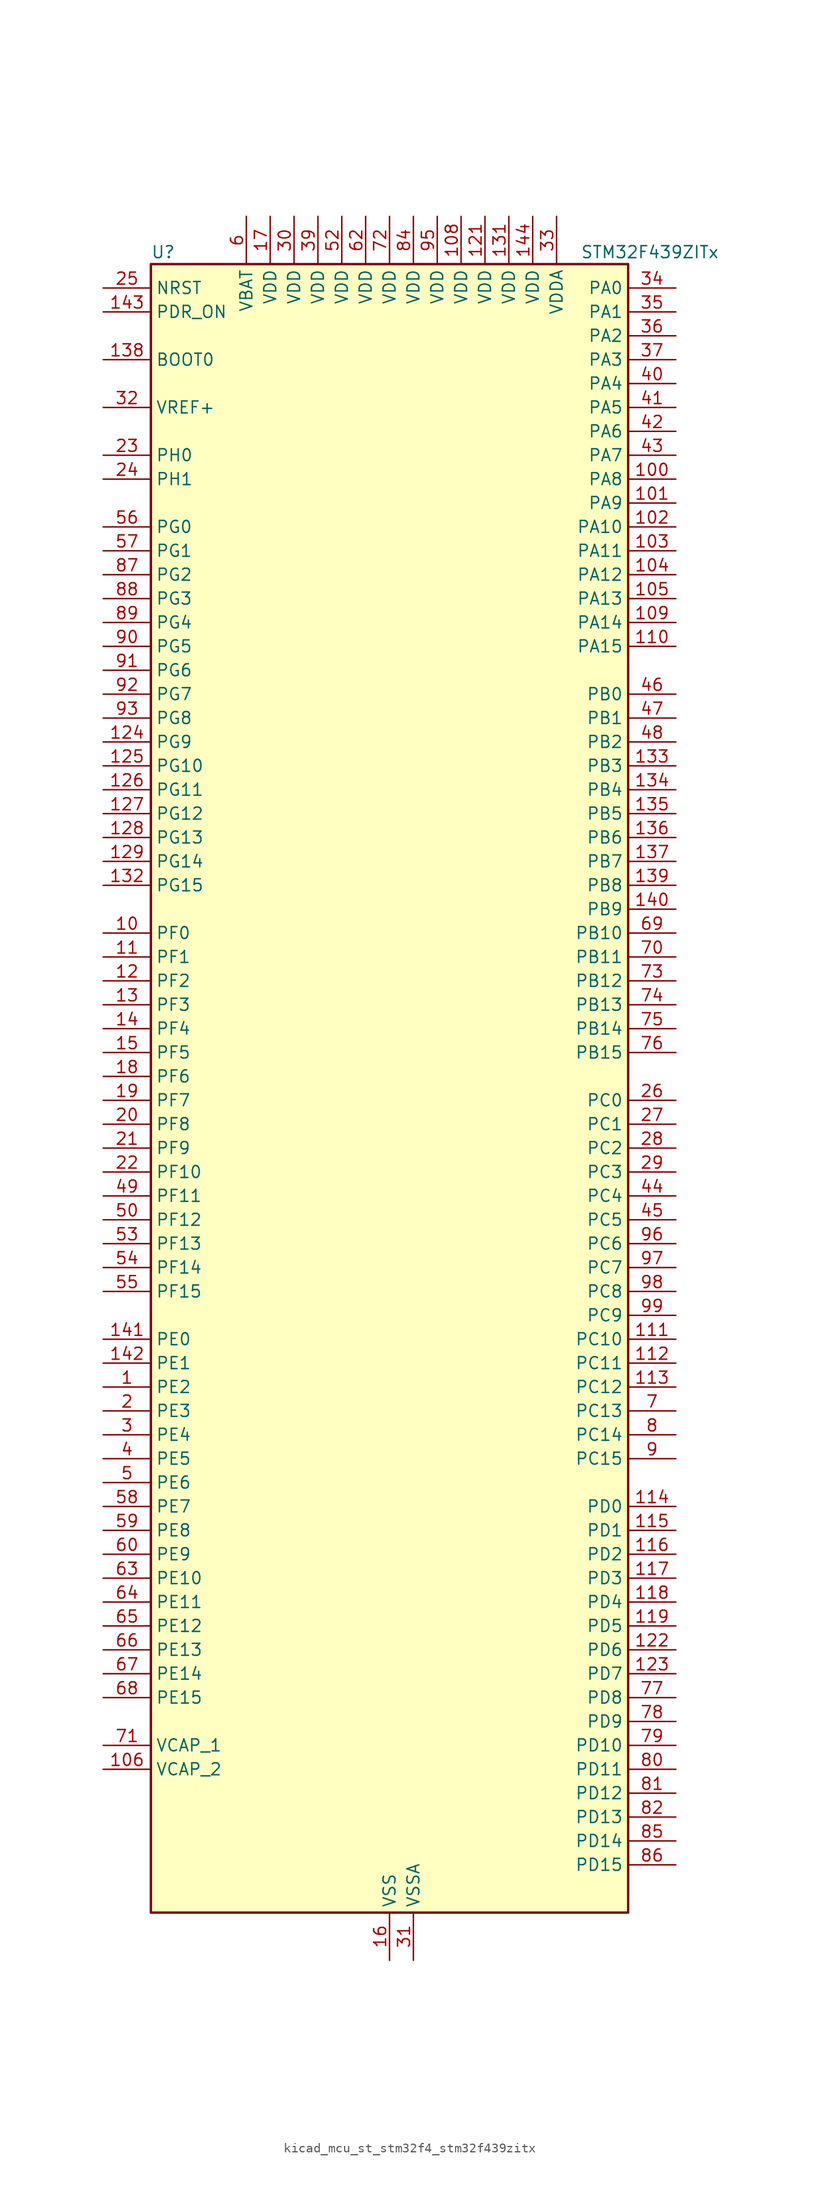
<source format=kicad_sym>
(kicad_symbol_lib
  (version 20220914)
  (generator kicad_symbol_editor)
  (symbol "kicad_mcu_st_stm32f4_stm32f439zitx"
    (property "Reference" "U"
      (at -25.4 90.17 0)
      (effects (font (size 1.27 1.27)) (justify left)))
    (property "Value" "STM32F439ZITx"
      (at 20.32 90.17 0)
      (effects (font (size 1.27 1.27)) (justify left)))
    (property "ki_locked" ""
      (at 0 0 0)
      (effects (font (size 1.27 1.27))))
    (symbol "kicad_mcu_st_stm32f4_stm32f439zitx_0_1"
      (rectangle (start -25.4 -86.36) (end 25.4 88.9) (stroke (width 0.254) (type default)) (fill (type background))))
    (symbol "kicad_mcu_st_stm32f4_stm32f439zitx_1_1"
      (pin bidirectional line (at -30.48 -30.48 0) (length 5.08) (name "PE2" (effects (font (size 1.27 1.27)))) (number "1" (effects (font (size 1.27 1.27)))) (alternate "ETH_TXD3" bidirectional line) (alternate "FMC_A23" bidirectional line) (alternate "SAI1_MCLK_A" bidirectional line) (alternate "SPI4_SCK" bidirectional line) (alternate "SYS_TRACECLK" bidirectional line))
      (pin bidirectional line (at -30.48 17.78 0) (length 5.08) (name "PF0" (effects (font (size 1.27 1.27)))) (number "10" (effects (font (size 1.27 1.27)))) (alternate "FMC_A0" bidirectional line) (alternate "I2C2_SDA" bidirectional line))
      (pin bidirectional line (at 30.48 66.04 180) (length 5.08) (name "PA8" (effects (font (size 1.27 1.27)))) (number "100" (effects (font (size 1.27 1.27)))) (alternate "I2C3_SCL" bidirectional line) (alternate "LTDC_R6" bidirectional line) (alternate "RCC_MCO_1" bidirectional line) (alternate "TIM1_CH1" bidirectional line) (alternate "USART1_CK" bidirectional line) (alternate "USB_OTG_FS_SOF" bidirectional line))
      (pin bidirectional line (at 30.48 63.5 180) (length 5.08) (name "PA9" (effects (font (size 1.27 1.27)))) (number "101" (effects (font (size 1.27 1.27)))) (alternate "DAC_EXTI9" bidirectional line) (alternate "DCMI_D0" bidirectional line) (alternate "I2C3_SMBA" bidirectional line) (alternate "TIM1_CH2" bidirectional line) (alternate "USART1_TX" bidirectional line) (alternate "USB_OTG_FS_VBUS" bidirectional line))
      (pin bidirectional line (at 30.48 60.96 180) (length 5.08) (name "PA10" (effects (font (size 1.27 1.27)))) (number "102" (effects (font (size 1.27 1.27)))) (alternate "DCMI_D1" bidirectional line) (alternate "TIM1_CH3" bidirectional line) (alternate "USART1_RX" bidirectional line) (alternate "USB_OTG_FS_ID" bidirectional line))
      (pin bidirectional line (at 30.48 58.42 180) (length 5.08) (name "PA11" (effects (font (size 1.27 1.27)))) (number "103" (effects (font (size 1.27 1.27)))) (alternate "ADC1_EXTI11" bidirectional line) (alternate "ADC2_EXTI11" bidirectional line) (alternate "ADC3_EXTI11" bidirectional line) (alternate "CAN1_RX" bidirectional line) (alternate "LTDC_R4" bidirectional line) (alternate "TIM1_CH4" bidirectional line) (alternate "USART1_CTS" bidirectional line) (alternate "USB_OTG_FS_DM" bidirectional line))
      (pin bidirectional line (at 30.48 55.88 180) (length 5.08) (name "PA12" (effects (font (size 1.27 1.27)))) (number "104" (effects (font (size 1.27 1.27)))) (alternate "CAN1_TX" bidirectional line) (alternate "LTDC_R5" bidirectional line) (alternate "TIM1_ETR" bidirectional line) (alternate "USART1_RTS" bidirectional line) (alternate "USB_OTG_FS_DP" bidirectional line))
      (pin bidirectional line (at 30.48 53.34 180) (length 5.08) (name "PA13" (effects (font (size 1.27 1.27)))) (number "105" (effects (font (size 1.27 1.27)))) (alternate "SYS_JTMS-SWDIO" bidirectional line))
      (pin power_out line (at -30.48 -71.12 0) (length 5.08) (name "VCAP_2" (effects (font (size 1.27 1.27)))) (number "106" (effects (font (size 1.27 1.27)))))
      (pin passive line (at 0 -91.44 90) (length 5.08) hide (name "VSS" (effects (font (size 1.27 1.27)))) (number "107" (effects (font (size 1.27 1.27)))))
      (pin power_in line (at 7.62 93.98 270) (length 5.08) (name "VDD" (effects (font (size 1.27 1.27)))) (number "108" (effects (font (size 1.27 1.27)))))
      (pin bidirectional line (at 30.48 50.8 180) (length 5.08) (name "PA14" (effects (font (size 1.27 1.27)))) (number "109" (effects (font (size 1.27 1.27)))) (alternate "SYS_JTCK-SWCLK" bidirectional line))
      (pin bidirectional line (at -30.48 15.24 0) (length 5.08) (name "PF1" (effects (font (size 1.27 1.27)))) (number "11" (effects (font (size 1.27 1.27)))) (alternate "FMC_A1" bidirectional line) (alternate "I2C2_SCL" bidirectional line))
      (pin bidirectional line (at 30.48 48.26 180) (length 5.08) (name "PA15" (effects (font (size 1.27 1.27)))) (number "110" (effects (font (size 1.27 1.27)))) (alternate "ADC1_EXTI15" bidirectional line) (alternate "ADC2_EXTI15" bidirectional line) (alternate "ADC3_EXTI15" bidirectional line) (alternate "I2S3_WS" bidirectional line) (alternate "SPI1_NSS" bidirectional line) (alternate "SPI3_NSS" bidirectional line) (alternate "SYS_JTDI" bidirectional line) (alternate "TIM2_CH1" bidirectional line) (alternate "TIM2_ETR" bidirectional line))
      (pin bidirectional line (at 30.48 -25.4 180) (length 5.08) (name "PC10" (effects (font (size 1.27 1.27)))) (number "111" (effects (font (size 1.27 1.27)))) (alternate "DCMI_D8" bidirectional line) (alternate "I2S3_CK" bidirectional line) (alternate "LTDC_R2" bidirectional line) (alternate "SDIO_D2" bidirectional line) (alternate "SPI3_SCK" bidirectional line) (alternate "UART4_TX" bidirectional line) (alternate "USART3_TX" bidirectional line))
      (pin bidirectional line (at 30.48 -27.94 180) (length 5.08) (name "PC11" (effects (font (size 1.27 1.27)))) (number "112" (effects (font (size 1.27 1.27)))) (alternate "ADC1_EXTI11" bidirectional line) (alternate "ADC2_EXTI11" bidirectional line) (alternate "ADC3_EXTI11" bidirectional line) (alternate "DCMI_D4" bidirectional line) (alternate "I2S3_ext_SD" bidirectional line) (alternate "SDIO_D3" bidirectional line) (alternate "SPI3_MISO" bidirectional line) (alternate "UART4_RX" bidirectional line) (alternate "USART3_RX" bidirectional line))
      (pin bidirectional line (at 30.48 -30.48 180) (length 5.08) (name "PC12" (effects (font (size 1.27 1.27)))) (number "113" (effects (font (size 1.27 1.27)))) (alternate "DCMI_D9" bidirectional line) (alternate "I2S3_SD" bidirectional line) (alternate "SDIO_CK" bidirectional line) (alternate "SPI3_MOSI" bidirectional line) (alternate "UART5_TX" bidirectional line) (alternate "USART3_CK" bidirectional line))
      (pin bidirectional line (at 30.48 -43.18 180) (length 5.08) (name "PD0" (effects (font (size 1.27 1.27)))) (number "114" (effects (font (size 1.27 1.27)))) (alternate "CAN1_RX" bidirectional line) (alternate "FMC_D2" bidirectional line) (alternate "FMC_DA2" bidirectional line))
      (pin bidirectional line (at 30.48 -45.72 180) (length 5.08) (name "PD1" (effects (font (size 1.27 1.27)))) (number "115" (effects (font (size 1.27 1.27)))) (alternate "CAN1_TX" bidirectional line) (alternate "FMC_D3" bidirectional line) (alternate "FMC_DA3" bidirectional line))
      (pin bidirectional line (at 30.48 -48.26 180) (length 5.08) (name "PD2" (effects (font (size 1.27 1.27)))) (number "116" (effects (font (size 1.27 1.27)))) (alternate "DCMI_D11" bidirectional line) (alternate "SDIO_CMD" bidirectional line) (alternate "TIM3_ETR" bidirectional line) (alternate "UART5_RX" bidirectional line))
      (pin bidirectional line (at 30.48 -50.8 180) (length 5.08) (name "PD3" (effects (font (size 1.27 1.27)))) (number "117" (effects (font (size 1.27 1.27)))) (alternate "DCMI_D5" bidirectional line) (alternate "FMC_CLK" bidirectional line) (alternate "I2S2_CK" bidirectional line) (alternate "LTDC_G7" bidirectional line) (alternate "SPI2_SCK" bidirectional line) (alternate "USART2_CTS" bidirectional line))
      (pin bidirectional line (at 30.48 -53.34 180) (length 5.08) (name "PD4" (effects (font (size 1.27 1.27)))) (number "118" (effects (font (size 1.27 1.27)))) (alternate "FMC_NOE" bidirectional line) (alternate "USART2_RTS" bidirectional line))
      (pin bidirectional line (at 30.48 -55.88 180) (length 5.08) (name "PD5" (effects (font (size 1.27 1.27)))) (number "119" (effects (font (size 1.27 1.27)))) (alternate "FMC_NWE" bidirectional line) (alternate "USART2_TX" bidirectional line))
      (pin bidirectional line (at -30.48 12.7 0) (length 5.08) (name "PF2" (effects (font (size 1.27 1.27)))) (number "12" (effects (font (size 1.27 1.27)))) (alternate "FMC_A2" bidirectional line) (alternate "I2C2_SMBA" bidirectional line))
      (pin passive line (at 0 -91.44 90) (length 5.08) hide (name "VSS" (effects (font (size 1.27 1.27)))) (number "120" (effects (font (size 1.27 1.27)))))
      (pin power_in line (at 10.16 93.98 270) (length 5.08) (name "VDD" (effects (font (size 1.27 1.27)))) (number "121" (effects (font (size 1.27 1.27)))))
      (pin bidirectional line (at 30.48 -58.42 180) (length 5.08) (name "PD6" (effects (font (size 1.27 1.27)))) (number "122" (effects (font (size 1.27 1.27)))) (alternate "DCMI_D10" bidirectional line) (alternate "FMC_NWAIT" bidirectional line) (alternate "I2S3_SD" bidirectional line) (alternate "LTDC_B2" bidirectional line) (alternate "SAI1_SD_A" bidirectional line) (alternate "SPI3_MOSI" bidirectional line) (alternate "USART2_RX" bidirectional line))
      (pin bidirectional line (at 30.48 -60.96 180) (length 5.08) (name "PD7" (effects (font (size 1.27 1.27)))) (number "123" (effects (font (size 1.27 1.27)))) (alternate "FMC_NCE2" bidirectional line) (alternate "FMC_NE1" bidirectional line) (alternate "USART2_CK" bidirectional line))
      (pin bidirectional line (at -30.48 38.1 0) (length 5.08) (name "PG9" (effects (font (size 1.27 1.27)))) (number "124" (effects (font (size 1.27 1.27)))) (alternate "DAC_EXTI9" bidirectional line) (alternate "DCMI_VSYNC" bidirectional line) (alternate "FMC_NCE3" bidirectional line) (alternate "FMC_NE2" bidirectional line) (alternate "USART6_RX" bidirectional line))
      (pin bidirectional line (at -30.48 35.56 0) (length 5.08) (name "PG10" (effects (font (size 1.27 1.27)))) (number "125" (effects (font (size 1.27 1.27)))) (alternate "DCMI_D2" bidirectional line) (alternate "FMC_NCE4_1" bidirectional line) (alternate "FMC_NE3" bidirectional line) (alternate "LTDC_B2" bidirectional line) (alternate "LTDC_G3" bidirectional line))
      (pin bidirectional line (at -30.48 33.02 0) (length 5.08) (name "PG11" (effects (font (size 1.27 1.27)))) (number "126" (effects (font (size 1.27 1.27)))) (alternate "ADC1_EXTI11" bidirectional line) (alternate "ADC2_EXTI11" bidirectional line) (alternate "ADC3_EXTI11" bidirectional line) (alternate "DCMI_D3" bidirectional line) (alternate "ETH_TX_EN" bidirectional line) (alternate "FMC_NCE4_2" bidirectional line) (alternate "LTDC_B3" bidirectional line))
      (pin bidirectional line (at -30.48 30.48 0) (length 5.08) (name "PG12" (effects (font (size 1.27 1.27)))) (number "127" (effects (font (size 1.27 1.27)))) (alternate "FMC_NE4" bidirectional line) (alternate "LTDC_B1" bidirectional line) (alternate "LTDC_B4" bidirectional line) (alternate "SPI6_MISO" bidirectional line) (alternate "USART6_RTS" bidirectional line))
      (pin bidirectional line (at -30.48 27.94 0) (length 5.08) (name "PG13" (effects (font (size 1.27 1.27)))) (number "128" (effects (font (size 1.27 1.27)))) (alternate "ETH_TXD0" bidirectional line) (alternate "FMC_A24" bidirectional line) (alternate "SPI6_SCK" bidirectional line) (alternate "USART6_CTS" bidirectional line))
      (pin bidirectional line (at -30.48 25.4 0) (length 5.08) (name "PG14" (effects (font (size 1.27 1.27)))) (number "129" (effects (font (size 1.27 1.27)))) (alternate "ETH_TXD1" bidirectional line) (alternate "FMC_A25" bidirectional line) (alternate "SPI6_MOSI" bidirectional line) (alternate "USART6_TX" bidirectional line))
      (pin bidirectional line (at -30.48 10.16 0) (length 5.08) (name "PF3" (effects (font (size 1.27 1.27)))) (number "13" (effects (font (size 1.27 1.27)))) (alternate "ADC3_IN9" bidirectional line) (alternate "FMC_A3" bidirectional line))
      (pin passive line (at 0 -91.44 90) (length 5.08) hide (name "VSS" (effects (font (size 1.27 1.27)))) (number "130" (effects (font (size 1.27 1.27)))))
      (pin power_in line (at 12.7 93.98 270) (length 5.08) (name "VDD" (effects (font (size 1.27 1.27)))) (number "131" (effects (font (size 1.27 1.27)))))
      (pin bidirectional line (at -30.48 22.86 0) (length 5.08) (name "PG15" (effects (font (size 1.27 1.27)))) (number "132" (effects (font (size 1.27 1.27)))) (alternate "ADC1_EXTI15" bidirectional line) (alternate "ADC2_EXTI15" bidirectional line) (alternate "ADC3_EXTI15" bidirectional line) (alternate "DCMI_D13" bidirectional line) (alternate "FMC_SDNCAS" bidirectional line) (alternate "USART6_CTS" bidirectional line))
      (pin bidirectional line (at 30.48 35.56 180) (length 5.08) (name "PB3" (effects (font (size 1.27 1.27)))) (number "133" (effects (font (size 1.27 1.27)))) (alternate "I2S3_CK" bidirectional line) (alternate "SPI1_SCK" bidirectional line) (alternate "SPI3_SCK" bidirectional line) (alternate "SYS_JTDO-SWO" bidirectional line) (alternate "TIM2_CH2" bidirectional line))
      (pin bidirectional line (at 30.48 33.02 180) (length 5.08) (name "PB4" (effects (font (size 1.27 1.27)))) (number "134" (effects (font (size 1.27 1.27)))) (alternate "I2S3_ext_SD" bidirectional line) (alternate "SPI1_MISO" bidirectional line) (alternate "SPI3_MISO" bidirectional line) (alternate "SYS_JTRST" bidirectional line) (alternate "TIM3_CH1" bidirectional line))
      (pin bidirectional line (at 30.48 30.48 180) (length 5.08) (name "PB5" (effects (font (size 1.27 1.27)))) (number "135" (effects (font (size 1.27 1.27)))) (alternate "CAN2_RX" bidirectional line) (alternate "DCMI_D10" bidirectional line) (alternate "ETH_PPS_OUT" bidirectional line) (alternate "FMC_SDCKE1" bidirectional line) (alternate "I2C1_SMBA" bidirectional line) (alternate "I2S3_SD" bidirectional line) (alternate "SPI1_MOSI" bidirectional line) (alternate "SPI3_MOSI" bidirectional line) (alternate "TIM3_CH2" bidirectional line) (alternate "USB_OTG_HS_ULPI_D7" bidirectional line))
      (pin bidirectional line (at 30.48 27.94 180) (length 5.08) (name "PB6" (effects (font (size 1.27 1.27)))) (number "136" (effects (font (size 1.27 1.27)))) (alternate "CAN2_TX" bidirectional line) (alternate "DCMI_D5" bidirectional line) (alternate "FMC_SDNE1" bidirectional line) (alternate "I2C1_SCL" bidirectional line) (alternate "TIM4_CH1" bidirectional line) (alternate "USART1_TX" bidirectional line))
      (pin bidirectional line (at 30.48 25.4 180) (length 5.08) (name "PB7" (effects (font (size 1.27 1.27)))) (number "137" (effects (font (size 1.27 1.27)))) (alternate "DCMI_VSYNC" bidirectional line) (alternate "FMC_NL" bidirectional line) (alternate "I2C1_SDA" bidirectional line) (alternate "TIM4_CH2" bidirectional line) (alternate "USART1_RX" bidirectional line))
      (pin input line (at -30.48 78.74 0) (length 5.08) (name "BOOT0" (effects (font (size 1.27 1.27)))) (number "138" (effects (font (size 1.27 1.27)))))
      (pin bidirectional line (at 30.48 22.86 180) (length 5.08) (name "PB8" (effects (font (size 1.27 1.27)))) (number "139" (effects (font (size 1.27 1.27)))) (alternate "CAN1_RX" bidirectional line) (alternate "DCMI_D6" bidirectional line) (alternate "ETH_TXD3" bidirectional line) (alternate "I2C1_SCL" bidirectional line) (alternate "LTDC_B6" bidirectional line) (alternate "SDIO_D4" bidirectional line) (alternate "TIM10_CH1" bidirectional line) (alternate "TIM4_CH3" bidirectional line))
      (pin bidirectional line (at -30.48 7.62 0) (length 5.08) (name "PF4" (effects (font (size 1.27 1.27)))) (number "14" (effects (font (size 1.27 1.27)))) (alternate "ADC3_IN14" bidirectional line) (alternate "FMC_A4" bidirectional line))
      (pin bidirectional line (at 30.48 20.32 180) (length 5.08) (name "PB9" (effects (font (size 1.27 1.27)))) (number "140" (effects (font (size 1.27 1.27)))) (alternate "CAN1_TX" bidirectional line) (alternate "DAC_EXTI9" bidirectional line) (alternate "DCMI_D7" bidirectional line) (alternate "I2C1_SDA" bidirectional line) (alternate "I2S2_WS" bidirectional line) (alternate "LTDC_B7" bidirectional line) (alternate "SDIO_D5" bidirectional line) (alternate "SPI2_NSS" bidirectional line) (alternate "TIM11_CH1" bidirectional line) (alternate "TIM4_CH4" bidirectional line))
      (pin bidirectional line (at -30.48 -25.4 0) (length 5.08) (name "PE0" (effects (font (size 1.27 1.27)))) (number "141" (effects (font (size 1.27 1.27)))) (alternate "DCMI_D2" bidirectional line) (alternate "FMC_NBL0" bidirectional line) (alternate "TIM4_ETR" bidirectional line) (alternate "UART8_RX" bidirectional line))
      (pin bidirectional line (at -30.48 -27.94 0) (length 5.08) (name "PE1" (effects (font (size 1.27 1.27)))) (number "142" (effects (font (size 1.27 1.27)))) (alternate "DCMI_D3" bidirectional line) (alternate "FMC_NBL1" bidirectional line) (alternate "UART8_TX" bidirectional line))
      (pin input line (at -30.48 83.82 0) (length 5.08) (name "PDR_ON" (effects (font (size 1.27 1.27)))) (number "143" (effects (font (size 1.27 1.27)))))
      (pin power_in line (at 15.24 93.98 270) (length 5.08) (name "VDD" (effects (font (size 1.27 1.27)))) (number "144" (effects (font (size 1.27 1.27)))))
      (pin bidirectional line (at -30.48 5.08 0) (length 5.08) (name "PF5" (effects (font (size 1.27 1.27)))) (number "15" (effects (font (size 1.27 1.27)))) (alternate "ADC3_IN15" bidirectional line) (alternate "FMC_A5" bidirectional line))
      (pin power_in line (at 0 -91.44 90) (length 5.08) (name "VSS" (effects (font (size 1.27 1.27)))) (number "16" (effects (font (size 1.27 1.27)))))
      (pin power_in line (at -12.7 93.98 270) (length 5.08) (name "VDD" (effects (font (size 1.27 1.27)))) (number "17" (effects (font (size 1.27 1.27)))))
      (pin bidirectional line (at -30.48 2.54 0) (length 5.08) (name "PF6" (effects (font (size 1.27 1.27)))) (number "18" (effects (font (size 1.27 1.27)))) (alternate "ADC3_IN4" bidirectional line) (alternate "FMC_NIORD" bidirectional line) (alternate "SAI1_SD_B" bidirectional line) (alternate "SPI5_NSS" bidirectional line) (alternate "TIM10_CH1" bidirectional line) (alternate "UART7_RX" bidirectional line))
      (pin bidirectional line (at -30.48 0 0) (length 5.08) (name "PF7" (effects (font (size 1.27 1.27)))) (number "19" (effects (font (size 1.27 1.27)))) (alternate "ADC3_IN5" bidirectional line) (alternate "FMC_NREG" bidirectional line) (alternate "SAI1_MCLK_B" bidirectional line) (alternate "SPI5_SCK" bidirectional line) (alternate "TIM11_CH1" bidirectional line) (alternate "UART7_TX" bidirectional line))
      (pin bidirectional line (at -30.48 -33.02 0) (length 5.08) (name "PE3" (effects (font (size 1.27 1.27)))) (number "2" (effects (font (size 1.27 1.27)))) (alternate "FMC_A19" bidirectional line) (alternate "SAI1_SD_B" bidirectional line) (alternate "SYS_TRACED0" bidirectional line))
      (pin bidirectional line (at -30.48 -2.54 0) (length 5.08) (name "PF8" (effects (font (size 1.27 1.27)))) (number "20" (effects (font (size 1.27 1.27)))) (alternate "ADC3_IN6" bidirectional line) (alternate "FMC_NIOWR" bidirectional line) (alternate "SAI1_SCK_B" bidirectional line) (alternate "SPI5_MISO" bidirectional line) (alternate "TIM13_CH1" bidirectional line))
      (pin bidirectional line (at -30.48 -5.08 0) (length 5.08) (name "PF9" (effects (font (size 1.27 1.27)))) (number "21" (effects (font (size 1.27 1.27)))) (alternate "ADC3_IN7" bidirectional line) (alternate "DAC_EXTI9" bidirectional line) (alternate "FMC_CD" bidirectional line) (alternate "SAI1_FS_B" bidirectional line) (alternate "SPI5_MOSI" bidirectional line) (alternate "TIM14_CH1" bidirectional line))
      (pin bidirectional line (at -30.48 -7.62 0) (length 5.08) (name "PF10" (effects (font (size 1.27 1.27)))) (number "22" (effects (font (size 1.27 1.27)))) (alternate "ADC3_IN8" bidirectional line) (alternate "DCMI_D11" bidirectional line) (alternate "FMC_INTR" bidirectional line) (alternate "LTDC_DE" bidirectional line))
      (pin bidirectional line (at -30.48 68.58 0) (length 5.08) (name "PH0" (effects (font (size 1.27 1.27)))) (number "23" (effects (font (size 1.27 1.27)))) (alternate "RCC_OSC_IN" bidirectional line))
      (pin bidirectional line (at -30.48 66.04 0) (length 5.08) (name "PH1" (effects (font (size 1.27 1.27)))) (number "24" (effects (font (size 1.27 1.27)))) (alternate "RCC_OSC_OUT" bidirectional line))
      (pin input line (at -30.48 86.36 0) (length 5.08) (name "NRST" (effects (font (size 1.27 1.27)))) (number "25" (effects (font (size 1.27 1.27)))))
      (pin bidirectional line (at 30.48 0 180) (length 5.08) (name "PC0" (effects (font (size 1.27 1.27)))) (number "26" (effects (font (size 1.27 1.27)))) (alternate "ADC1_IN10" bidirectional line) (alternate "ADC2_IN10" bidirectional line) (alternate "ADC3_IN10" bidirectional line) (alternate "FMC_SDNWE" bidirectional line) (alternate "USB_OTG_HS_ULPI_STP" bidirectional line))
      (pin bidirectional line (at 30.48 -2.54 180) (length 5.08) (name "PC1" (effects (font (size 1.27 1.27)))) (number "27" (effects (font (size 1.27 1.27)))) (alternate "ADC1_IN11" bidirectional line) (alternate "ADC2_IN11" bidirectional line) (alternate "ADC3_IN11" bidirectional line) (alternate "ETH_MDC" bidirectional line))
      (pin bidirectional line (at 30.48 -5.08 180) (length 5.08) (name "PC2" (effects (font (size 1.27 1.27)))) (number "28" (effects (font (size 1.27 1.27)))) (alternate "ADC1_IN12" bidirectional line) (alternate "ADC2_IN12" bidirectional line) (alternate "ADC3_IN12" bidirectional line) (alternate "ETH_TXD2" bidirectional line) (alternate "FMC_SDNE0" bidirectional line) (alternate "I2S2_ext_SD" bidirectional line) (alternate "SPI2_MISO" bidirectional line) (alternate "USB_OTG_HS_ULPI_DIR" bidirectional line))
      (pin bidirectional line (at 30.48 -7.62 180) (length 5.08) (name "PC3" (effects (font (size 1.27 1.27)))) (number "29" (effects (font (size 1.27 1.27)))) (alternate "ADC1_IN13" bidirectional line) (alternate "ADC2_IN13" bidirectional line) (alternate "ADC3_IN13" bidirectional line) (alternate "ETH_TX_CLK" bidirectional line) (alternate "FMC_SDCKE0" bidirectional line) (alternate "I2S2_SD" bidirectional line) (alternate "SPI2_MOSI" bidirectional line) (alternate "USB_OTG_HS_ULPI_NXT" bidirectional line))
      (pin bidirectional line (at -30.48 -35.56 0) (length 5.08) (name "PE4" (effects (font (size 1.27 1.27)))) (number "3" (effects (font (size 1.27 1.27)))) (alternate "DCMI_D4" bidirectional line) (alternate "FMC_A20" bidirectional line) (alternate "LTDC_B0" bidirectional line) (alternate "SAI1_FS_A" bidirectional line) (alternate "SPI4_NSS" bidirectional line) (alternate "SYS_TRACED1" bidirectional line))
      (pin power_in line (at -10.16 93.98 270) (length 5.08) (name "VDD" (effects (font (size 1.27 1.27)))) (number "30" (effects (font (size 1.27 1.27)))))
      (pin power_in line (at 2.54 -91.44 90) (length 5.08) (name "VSSA" (effects (font (size 1.27 1.27)))) (number "31" (effects (font (size 1.27 1.27)))))
      (pin input line (at -30.48 73.66 0) (length 5.08) (name "VREF+" (effects (font (size 1.27 1.27)))) (number "32" (effects (font (size 1.27 1.27)))))
      (pin power_in line (at 17.78 93.98 270) (length 5.08) (name "VDDA" (effects (font (size 1.27 1.27)))) (number "33" (effects (font (size 1.27 1.27)))))
      (pin bidirectional line (at 30.48 86.36 180) (length 5.08) (name "PA0" (effects (font (size 1.27 1.27)))) (number "34" (effects (font (size 1.27 1.27)))) (alternate "ADC1_IN0" bidirectional line) (alternate "ADC2_IN0" bidirectional line) (alternate "ADC3_IN0" bidirectional line) (alternate "ETH_CRS" bidirectional line) (alternate "SYS_WKUP" bidirectional line) (alternate "TIM2_CH1" bidirectional line) (alternate "TIM2_ETR" bidirectional line) (alternate "TIM5_CH1" bidirectional line) (alternate "TIM8_ETR" bidirectional line) (alternate "UART4_TX" bidirectional line) (alternate "USART2_CTS" bidirectional line))
      (pin bidirectional line (at 30.48 83.82 180) (length 5.08) (name "PA1" (effects (font (size 1.27 1.27)))) (number "35" (effects (font (size 1.27 1.27)))) (alternate "ADC1_IN1" bidirectional line) (alternate "ADC2_IN1" bidirectional line) (alternate "ADC3_IN1" bidirectional line) (alternate "ETH_REF_CLK" bidirectional line) (alternate "ETH_RX_CLK" bidirectional line) (alternate "TIM2_CH2" bidirectional line) (alternate "TIM5_CH2" bidirectional line) (alternate "UART4_RX" bidirectional line) (alternate "USART2_RTS" bidirectional line))
      (pin bidirectional line (at 30.48 81.28 180) (length 5.08) (name "PA2" (effects (font (size 1.27 1.27)))) (number "36" (effects (font (size 1.27 1.27)))) (alternate "ADC1_IN2" bidirectional line) (alternate "ADC2_IN2" bidirectional line) (alternate "ADC3_IN2" bidirectional line) (alternate "ETH_MDIO" bidirectional line) (alternate "TIM2_CH3" bidirectional line) (alternate "TIM5_CH3" bidirectional line) (alternate "TIM9_CH1" bidirectional line) (alternate "USART2_TX" bidirectional line))
      (pin bidirectional line (at 30.48 78.74 180) (length 5.08) (name "PA3" (effects (font (size 1.27 1.27)))) (number "37" (effects (font (size 1.27 1.27)))) (alternate "ADC1_IN3" bidirectional line) (alternate "ADC2_IN3" bidirectional line) (alternate "ADC3_IN3" bidirectional line) (alternate "ETH_COL" bidirectional line) (alternate "LTDC_B5" bidirectional line) (alternate "TIM2_CH4" bidirectional line) (alternate "TIM5_CH4" bidirectional line) (alternate "TIM9_CH2" bidirectional line) (alternate "USART2_RX" bidirectional line) (alternate "USB_OTG_HS_ULPI_D0" bidirectional line))
      (pin passive line (at 0 -91.44 90) (length 5.08) hide (name "VSS" (effects (font (size 1.27 1.27)))) (number "38" (effects (font (size 1.27 1.27)))))
      (pin power_in line (at -7.62 93.98 270) (length 5.08) (name "VDD" (effects (font (size 1.27 1.27)))) (number "39" (effects (font (size 1.27 1.27)))))
      (pin bidirectional line (at -30.48 -38.1 0) (length 5.08) (name "PE5" (effects (font (size 1.27 1.27)))) (number "4" (effects (font (size 1.27 1.27)))) (alternate "DCMI_D6" bidirectional line) (alternate "FMC_A21" bidirectional line) (alternate "LTDC_G0" bidirectional line) (alternate "SAI1_SCK_A" bidirectional line) (alternate "SPI4_MISO" bidirectional line) (alternate "SYS_TRACED2" bidirectional line) (alternate "TIM9_CH1" bidirectional line))
      (pin bidirectional line (at 30.48 76.2 180) (length 5.08) (name "PA4" (effects (font (size 1.27 1.27)))) (number "40" (effects (font (size 1.27 1.27)))) (alternate "ADC1_IN4" bidirectional line) (alternate "ADC2_IN4" bidirectional line) (alternate "DAC_OUT1" bidirectional line) (alternate "DCMI_HSYNC" bidirectional line) (alternate "I2S3_WS" bidirectional line) (alternate "LTDC_VSYNC" bidirectional line) (alternate "SPI1_NSS" bidirectional line) (alternate "SPI3_NSS" bidirectional line) (alternate "USART2_CK" bidirectional line) (alternate "USB_OTG_HS_SOF" bidirectional line))
      (pin bidirectional line (at 30.48 73.66 180) (length 5.08) (name "PA5" (effects (font (size 1.27 1.27)))) (number "41" (effects (font (size 1.27 1.27)))) (alternate "ADC1_IN5" bidirectional line) (alternate "ADC2_IN5" bidirectional line) (alternate "DAC_OUT2" bidirectional line) (alternate "SPI1_SCK" bidirectional line) (alternate "TIM2_CH1" bidirectional line) (alternate "TIM2_ETR" bidirectional line) (alternate "TIM8_CH1N" bidirectional line) (alternate "USB_OTG_HS_ULPI_CK" bidirectional line))
      (pin bidirectional line (at 30.48 71.12 180) (length 5.08) (name "PA6" (effects (font (size 1.27 1.27)))) (number "42" (effects (font (size 1.27 1.27)))) (alternate "ADC1_IN6" bidirectional line) (alternate "ADC2_IN6" bidirectional line) (alternate "DCMI_PIXCLK" bidirectional line) (alternate "LTDC_G2" bidirectional line) (alternate "SPI1_MISO" bidirectional line) (alternate "TIM13_CH1" bidirectional line) (alternate "TIM1_BKIN" bidirectional line) (alternate "TIM3_CH1" bidirectional line) (alternate "TIM8_BKIN" bidirectional line))
      (pin bidirectional line (at 30.48 68.58 180) (length 5.08) (name "PA7" (effects (font (size 1.27 1.27)))) (number "43" (effects (font (size 1.27 1.27)))) (alternate "ADC1_IN7" bidirectional line) (alternate "ADC2_IN7" bidirectional line) (alternate "ETH_CRS_DV" bidirectional line) (alternate "ETH_RX_DV" bidirectional line) (alternate "SPI1_MOSI" bidirectional line) (alternate "TIM14_CH1" bidirectional line) (alternate "TIM1_CH1N" bidirectional line) (alternate "TIM3_CH2" bidirectional line) (alternate "TIM8_CH1N" bidirectional line))
      (pin bidirectional line (at 30.48 -10.16 180) (length 5.08) (name "PC4" (effects (font (size 1.27 1.27)))) (number "44" (effects (font (size 1.27 1.27)))) (alternate "ADC1_IN14" bidirectional line) (alternate "ADC2_IN14" bidirectional line) (alternate "ETH_RXD0" bidirectional line))
      (pin bidirectional line (at 30.48 -12.7 180) (length 5.08) (name "PC5" (effects (font (size 1.27 1.27)))) (number "45" (effects (font (size 1.27 1.27)))) (alternate "ADC1_IN15" bidirectional line) (alternate "ADC2_IN15" bidirectional line) (alternate "ETH_RXD1" bidirectional line))
      (pin bidirectional line (at 30.48 43.18 180) (length 5.08) (name "PB0" (effects (font (size 1.27 1.27)))) (number "46" (effects (font (size 1.27 1.27)))) (alternate "ADC1_IN8" bidirectional line) (alternate "ADC2_IN8" bidirectional line) (alternate "ETH_RXD2" bidirectional line) (alternate "LTDC_R3" bidirectional line) (alternate "TIM1_CH2N" bidirectional line) (alternate "TIM3_CH3" bidirectional line) (alternate "TIM8_CH2N" bidirectional line) (alternate "USB_OTG_HS_ULPI_D1" bidirectional line))
      (pin bidirectional line (at 30.48 40.64 180) (length 5.08) (name "PB1" (effects (font (size 1.27 1.27)))) (number "47" (effects (font (size 1.27 1.27)))) (alternate "ADC1_IN9" bidirectional line) (alternate "ADC2_IN9" bidirectional line) (alternate "ETH_RXD3" bidirectional line) (alternate "LTDC_R6" bidirectional line) (alternate "TIM1_CH3N" bidirectional line) (alternate "TIM3_CH4" bidirectional line) (alternate "TIM8_CH3N" bidirectional line) (alternate "USB_OTG_HS_ULPI_D2" bidirectional line))
      (pin bidirectional line (at 30.48 38.1 180) (length 5.08) (name "PB2" (effects (font (size 1.27 1.27)))) (number "48" (effects (font (size 1.27 1.27)))))
      (pin bidirectional line (at -30.48 -10.16 0) (length 5.08) (name "PF11" (effects (font (size 1.27 1.27)))) (number "49" (effects (font (size 1.27 1.27)))) (alternate "ADC1_EXTI11" bidirectional line) (alternate "ADC2_EXTI11" bidirectional line) (alternate "ADC3_EXTI11" bidirectional line) (alternate "DCMI_D12" bidirectional line) (alternate "FMC_SDNRAS" bidirectional line) (alternate "SPI5_MOSI" bidirectional line))
      (pin bidirectional line (at -30.48 -40.64 0) (length 5.08) (name "PE6" (effects (font (size 1.27 1.27)))) (number "5" (effects (font (size 1.27 1.27)))) (alternate "DCMI_D7" bidirectional line) (alternate "FMC_A22" bidirectional line) (alternate "LTDC_G1" bidirectional line) (alternate "SAI1_SD_A" bidirectional line) (alternate "SPI4_MOSI" bidirectional line) (alternate "SYS_TRACED3" bidirectional line) (alternate "TIM9_CH2" bidirectional line))
      (pin bidirectional line (at -30.48 -12.7 0) (length 5.08) (name "PF12" (effects (font (size 1.27 1.27)))) (number "50" (effects (font (size 1.27 1.27)))) (alternate "FMC_A6" bidirectional line))
      (pin passive line (at 0 -91.44 90) (length 5.08) hide (name "VSS" (effects (font (size 1.27 1.27)))) (number "51" (effects (font (size 1.27 1.27)))))
      (pin power_in line (at -5.08 93.98 270) (length 5.08) (name "VDD" (effects (font (size 1.27 1.27)))) (number "52" (effects (font (size 1.27 1.27)))))
      (pin bidirectional line (at -30.48 -15.24 0) (length 5.08) (name "PF13" (effects (font (size 1.27 1.27)))) (number "53" (effects (font (size 1.27 1.27)))) (alternate "FMC_A7" bidirectional line))
      (pin bidirectional line (at -30.48 -17.78 0) (length 5.08) (name "PF14" (effects (font (size 1.27 1.27)))) (number "54" (effects (font (size 1.27 1.27)))) (alternate "FMC_A8" bidirectional line))
      (pin bidirectional line (at -30.48 -20.32 0) (length 5.08) (name "PF15" (effects (font (size 1.27 1.27)))) (number "55" (effects (font (size 1.27 1.27)))) (alternate "ADC1_EXTI15" bidirectional line) (alternate "ADC2_EXTI15" bidirectional line) (alternate "ADC3_EXTI15" bidirectional line) (alternate "FMC_A9" bidirectional line))
      (pin bidirectional line (at -30.48 60.96 0) (length 5.08) (name "PG0" (effects (font (size 1.27 1.27)))) (number "56" (effects (font (size 1.27 1.27)))) (alternate "FMC_A10" bidirectional line))
      (pin bidirectional line (at -30.48 58.42 0) (length 5.08) (name "PG1" (effects (font (size 1.27 1.27)))) (number "57" (effects (font (size 1.27 1.27)))) (alternate "FMC_A11" bidirectional line))
      (pin bidirectional line (at -30.48 -43.18 0) (length 5.08) (name "PE7" (effects (font (size 1.27 1.27)))) (number "58" (effects (font (size 1.27 1.27)))) (alternate "FMC_D4" bidirectional line) (alternate "FMC_DA4" bidirectional line) (alternate "TIM1_ETR" bidirectional line) (alternate "UART7_RX" bidirectional line))
      (pin bidirectional line (at -30.48 -45.72 0) (length 5.08) (name "PE8" (effects (font (size 1.27 1.27)))) (number "59" (effects (font (size 1.27 1.27)))) (alternate "FMC_D5" bidirectional line) (alternate "FMC_DA5" bidirectional line) (alternate "TIM1_CH1N" bidirectional line) (alternate "UART7_TX" bidirectional line))
      (pin power_in line (at -15.24 93.98 270) (length 5.08) (name "VBAT" (effects (font (size 1.27 1.27)))) (number "6" (effects (font (size 1.27 1.27)))))
      (pin bidirectional line (at -30.48 -48.26 0) (length 5.08) (name "PE9" (effects (font (size 1.27 1.27)))) (number "60" (effects (font (size 1.27 1.27)))) (alternate "DAC_EXTI9" bidirectional line) (alternate "FMC_D6" bidirectional line) (alternate "FMC_DA6" bidirectional line) (alternate "TIM1_CH1" bidirectional line))
      (pin passive line (at 0 -91.44 90) (length 5.08) hide (name "VSS" (effects (font (size 1.27 1.27)))) (number "61" (effects (font (size 1.27 1.27)))))
      (pin power_in line (at -2.54 93.98 270) (length 5.08) (name "VDD" (effects (font (size 1.27 1.27)))) (number "62" (effects (font (size 1.27 1.27)))))
      (pin bidirectional line (at -30.48 -50.8 0) (length 5.08) (name "PE10" (effects (font (size 1.27 1.27)))) (number "63" (effects (font (size 1.27 1.27)))) (alternate "FMC_D7" bidirectional line) (alternate "FMC_DA7" bidirectional line) (alternate "TIM1_CH2N" bidirectional line))
      (pin bidirectional line (at -30.48 -53.34 0) (length 5.08) (name "PE11" (effects (font (size 1.27 1.27)))) (number "64" (effects (font (size 1.27 1.27)))) (alternate "ADC1_EXTI11" bidirectional line) (alternate "ADC2_EXTI11" bidirectional line) (alternate "ADC3_EXTI11" bidirectional line) (alternate "FMC_D8" bidirectional line) (alternate "FMC_DA8" bidirectional line) (alternate "LTDC_G3" bidirectional line) (alternate "SPI4_NSS" bidirectional line) (alternate "TIM1_CH2" bidirectional line))
      (pin bidirectional line (at -30.48 -55.88 0) (length 5.08) (name "PE12" (effects (font (size 1.27 1.27)))) (number "65" (effects (font (size 1.27 1.27)))) (alternate "FMC_D9" bidirectional line) (alternate "FMC_DA9" bidirectional line) (alternate "LTDC_B4" bidirectional line) (alternate "SPI4_SCK" bidirectional line) (alternate "TIM1_CH3N" bidirectional line))
      (pin bidirectional line (at -30.48 -58.42 0) (length 5.08) (name "PE13" (effects (font (size 1.27 1.27)))) (number "66" (effects (font (size 1.27 1.27)))) (alternate "FMC_D10" bidirectional line) (alternate "FMC_DA10" bidirectional line) (alternate "LTDC_DE" bidirectional line) (alternate "SPI4_MISO" bidirectional line) (alternate "TIM1_CH3" bidirectional line))
      (pin bidirectional line (at -30.48 -60.96 0) (length 5.08) (name "PE14" (effects (font (size 1.27 1.27)))) (number "67" (effects (font (size 1.27 1.27)))) (alternate "FMC_D11" bidirectional line) (alternate "FMC_DA11" bidirectional line) (alternate "LTDC_CLK" bidirectional line) (alternate "SPI4_MOSI" bidirectional line) (alternate "TIM1_CH4" bidirectional line))
      (pin bidirectional line (at -30.48 -63.5 0) (length 5.08) (name "PE15" (effects (font (size 1.27 1.27)))) (number "68" (effects (font (size 1.27 1.27)))) (alternate "ADC1_EXTI15" bidirectional line) (alternate "ADC2_EXTI15" bidirectional line) (alternate "ADC3_EXTI15" bidirectional line) (alternate "FMC_D12" bidirectional line) (alternate "FMC_DA12" bidirectional line) (alternate "LTDC_R7" bidirectional line) (alternate "TIM1_BKIN" bidirectional line))
      (pin bidirectional line (at 30.48 17.78 180) (length 5.08) (name "PB10" (effects (font (size 1.27 1.27)))) (number "69" (effects (font (size 1.27 1.27)))) (alternate "ETH_RX_ER" bidirectional line) (alternate "I2C2_SCL" bidirectional line) (alternate "I2S2_CK" bidirectional line) (alternate "LTDC_G4" bidirectional line) (alternate "SPI2_SCK" bidirectional line) (alternate "TIM2_CH3" bidirectional line) (alternate "USART3_TX" bidirectional line) (alternate "USB_OTG_HS_ULPI_D3" bidirectional line))
      (pin bidirectional line (at 30.48 -33.02 180) (length 5.08) (name "PC13" (effects (font (size 1.27 1.27)))) (number "7" (effects (font (size 1.27 1.27)))) (alternate "RTC_AF1" bidirectional line))
      (pin bidirectional line (at 30.48 15.24 180) (length 5.08) (name "PB11" (effects (font (size 1.27 1.27)))) (number "70" (effects (font (size 1.27 1.27)))) (alternate "ADC1_EXTI11" bidirectional line) (alternate "ADC2_EXTI11" bidirectional line) (alternate "ADC3_EXTI11" bidirectional line) (alternate "ETH_TX_EN" bidirectional line) (alternate "I2C2_SDA" bidirectional line) (alternate "LTDC_G5" bidirectional line) (alternate "TIM2_CH4" bidirectional line) (alternate "USART3_RX" bidirectional line) (alternate "USB_OTG_HS_ULPI_D4" bidirectional line))
      (pin power_out line (at -30.48 -68.58 0) (length 5.08) (name "VCAP_1" (effects (font (size 1.27 1.27)))) (number "71" (effects (font (size 1.27 1.27)))))
      (pin power_in line (at 0 93.98 270) (length 5.08) (name "VDD" (effects (font (size 1.27 1.27)))) (number "72" (effects (font (size 1.27 1.27)))))
      (pin bidirectional line (at 30.48 12.7 180) (length 5.08) (name "PB12" (effects (font (size 1.27 1.27)))) (number "73" (effects (font (size 1.27 1.27)))) (alternate "CAN2_RX" bidirectional line) (alternate "ETH_TXD0" bidirectional line) (alternate "I2C2_SMBA" bidirectional line) (alternate "I2S2_WS" bidirectional line) (alternate "SPI2_NSS" bidirectional line) (alternate "TIM1_BKIN" bidirectional line) (alternate "USART3_CK" bidirectional line) (alternate "USB_OTG_HS_ID" bidirectional line) (alternate "USB_OTG_HS_ULPI_D5" bidirectional line))
      (pin bidirectional line (at 30.48 10.16 180) (length 5.08) (name "PB13" (effects (font (size 1.27 1.27)))) (number "74" (effects (font (size 1.27 1.27)))) (alternate "CAN2_TX" bidirectional line) (alternate "ETH_TXD1" bidirectional line) (alternate "I2S2_CK" bidirectional line) (alternate "SPI2_SCK" bidirectional line) (alternate "TIM1_CH1N" bidirectional line) (alternate "USART3_CTS" bidirectional line) (alternate "USB_OTG_HS_ULPI_D6" bidirectional line) (alternate "USB_OTG_HS_VBUS" bidirectional line))
      (pin bidirectional line (at 30.48 7.62 180) (length 5.08) (name "PB14" (effects (font (size 1.27 1.27)))) (number "75" (effects (font (size 1.27 1.27)))) (alternate "I2S2_ext_SD" bidirectional line) (alternate "SPI2_MISO" bidirectional line) (alternate "TIM12_CH1" bidirectional line) (alternate "TIM1_CH2N" bidirectional line) (alternate "TIM8_CH2N" bidirectional line) (alternate "USART3_RTS" bidirectional line) (alternate "USB_OTG_HS_DM" bidirectional line))
      (pin bidirectional line (at 30.48 5.08 180) (length 5.08) (name "PB15" (effects (font (size 1.27 1.27)))) (number "76" (effects (font (size 1.27 1.27)))) (alternate "ADC1_EXTI15" bidirectional line) (alternate "ADC2_EXTI15" bidirectional line) (alternate "ADC3_EXTI15" bidirectional line) (alternate "I2S2_SD" bidirectional line) (alternate "RTC_REFIN" bidirectional line) (alternate "SPI2_MOSI" bidirectional line) (alternate "TIM12_CH2" bidirectional line) (alternate "TIM1_CH3N" bidirectional line) (alternate "TIM8_CH3N" bidirectional line) (alternate "USB_OTG_HS_DP" bidirectional line))
      (pin bidirectional line (at 30.48 -63.5 180) (length 5.08) (name "PD8" (effects (font (size 1.27 1.27)))) (number "77" (effects (font (size 1.27 1.27)))) (alternate "FMC_D13" bidirectional line) (alternate "FMC_DA13" bidirectional line) (alternate "USART3_TX" bidirectional line))
      (pin bidirectional line (at 30.48 -66.04 180) (length 5.08) (name "PD9" (effects (font (size 1.27 1.27)))) (number "78" (effects (font (size 1.27 1.27)))) (alternate "DAC_EXTI9" bidirectional line) (alternate "FMC_D14" bidirectional line) (alternate "FMC_DA14" bidirectional line) (alternate "USART3_RX" bidirectional line))
      (pin bidirectional line (at 30.48 -68.58 180) (length 5.08) (name "PD10" (effects (font (size 1.27 1.27)))) (number "79" (effects (font (size 1.27 1.27)))) (alternate "FMC_D15" bidirectional line) (alternate "FMC_DA15" bidirectional line) (alternate "LTDC_B3" bidirectional line) (alternate "USART3_CK" bidirectional line))
      (pin bidirectional line (at 30.48 -35.56 180) (length 5.08) (name "PC14" (effects (font (size 1.27 1.27)))) (number "8" (effects (font (size 1.27 1.27)))) (alternate "RCC_OSC32_IN" bidirectional line))
      (pin bidirectional line (at 30.48 -71.12 180) (length 5.08) (name "PD11" (effects (font (size 1.27 1.27)))) (number "80" (effects (font (size 1.27 1.27)))) (alternate "ADC1_EXTI11" bidirectional line) (alternate "ADC2_EXTI11" bidirectional line) (alternate "ADC3_EXTI11" bidirectional line) (alternate "FMC_A16" bidirectional line) (alternate "FMC_CLE" bidirectional line) (alternate "USART3_CTS" bidirectional line))
      (pin bidirectional line (at 30.48 -73.66 180) (length 5.08) (name "PD12" (effects (font (size 1.27 1.27)))) (number "81" (effects (font (size 1.27 1.27)))) (alternate "FMC_A17" bidirectional line) (alternate "FMC_ALE" bidirectional line) (alternate "TIM4_CH1" bidirectional line) (alternate "USART3_RTS" bidirectional line))
      (pin bidirectional line (at 30.48 -76.2 180) (length 5.08) (name "PD13" (effects (font (size 1.27 1.27)))) (number "82" (effects (font (size 1.27 1.27)))) (alternate "FMC_A18" bidirectional line) (alternate "TIM4_CH2" bidirectional line))
      (pin passive line (at 0 -91.44 90) (length 5.08) hide (name "VSS" (effects (font (size 1.27 1.27)))) (number "83" (effects (font (size 1.27 1.27)))))
      (pin power_in line (at 2.54 93.98 270) (length 5.08) (name "VDD" (effects (font (size 1.27 1.27)))) (number "84" (effects (font (size 1.27 1.27)))))
      (pin bidirectional line (at 30.48 -78.74 180) (length 5.08) (name "PD14" (effects (font (size 1.27 1.27)))) (number "85" (effects (font (size 1.27 1.27)))) (alternate "FMC_D0" bidirectional line) (alternate "FMC_DA0" bidirectional line) (alternate "TIM4_CH3" bidirectional line))
      (pin bidirectional line (at 30.48 -81.28 180) (length 5.08) (name "PD15" (effects (font (size 1.27 1.27)))) (number "86" (effects (font (size 1.27 1.27)))) (alternate "ADC1_EXTI15" bidirectional line) (alternate "ADC2_EXTI15" bidirectional line) (alternate "ADC3_EXTI15" bidirectional line) (alternate "FMC_D1" bidirectional line) (alternate "FMC_DA1" bidirectional line) (alternate "TIM4_CH4" bidirectional line))
      (pin bidirectional line (at -30.48 55.88 0) (length 5.08) (name "PG2" (effects (font (size 1.27 1.27)))) (number "87" (effects (font (size 1.27 1.27)))) (alternate "FMC_A12" bidirectional line))
      (pin bidirectional line (at -30.48 53.34 0) (length 5.08) (name "PG3" (effects (font (size 1.27 1.27)))) (number "88" (effects (font (size 1.27 1.27)))) (alternate "FMC_A13" bidirectional line))
      (pin bidirectional line (at -30.48 50.8 0) (length 5.08) (name "PG4" (effects (font (size 1.27 1.27)))) (number "89" (effects (font (size 1.27 1.27)))) (alternate "FMC_A14" bidirectional line) (alternate "FMC_BA0" bidirectional line))
      (pin bidirectional line (at 30.48 -38.1 180) (length 5.08) (name "PC15" (effects (font (size 1.27 1.27)))) (number "9" (effects (font (size 1.27 1.27)))) (alternate "ADC1_EXTI15" bidirectional line) (alternate "ADC2_EXTI15" bidirectional line) (alternate "ADC3_EXTI15" bidirectional line) (alternate "RCC_OSC32_OUT" bidirectional line))
      (pin bidirectional line (at -30.48 48.26 0) (length 5.08) (name "PG5" (effects (font (size 1.27 1.27)))) (number "90" (effects (font (size 1.27 1.27)))) (alternate "FMC_A15" bidirectional line) (alternate "FMC_BA1" bidirectional line))
      (pin bidirectional line (at -30.48 45.72 0) (length 5.08) (name "PG6" (effects (font (size 1.27 1.27)))) (number "91" (effects (font (size 1.27 1.27)))) (alternate "DCMI_D12" bidirectional line) (alternate "FMC_INT2" bidirectional line) (alternate "LTDC_R7" bidirectional line))
      (pin bidirectional line (at -30.48 43.18 0) (length 5.08) (name "PG7" (effects (font (size 1.27 1.27)))) (number "92" (effects (font (size 1.27 1.27)))) (alternate "DCMI_D13" bidirectional line) (alternate "FMC_INT3" bidirectional line) (alternate "LTDC_CLK" bidirectional line) (alternate "USART6_CK" bidirectional line))
      (pin bidirectional line (at -30.48 40.64 0) (length 5.08) (name "PG8" (effects (font (size 1.27 1.27)))) (number "93" (effects (font (size 1.27 1.27)))) (alternate "ETH_PPS_OUT" bidirectional line) (alternate "FMC_SDCLK" bidirectional line) (alternate "SPI6_NSS" bidirectional line) (alternate "USART6_RTS" bidirectional line))
      (pin passive line (at 0 -91.44 90) (length 5.08) hide (name "VSS" (effects (font (size 1.27 1.27)))) (number "94" (effects (font (size 1.27 1.27)))))
      (pin power_in line (at 5.08 93.98 270) (length 5.08) (name "VDD" (effects (font (size 1.27 1.27)))) (number "95" (effects (font (size 1.27 1.27)))))
      (pin bidirectional line (at 30.48 -15.24 180) (length 5.08) (name "PC6" (effects (font (size 1.27 1.27)))) (number "96" (effects (font (size 1.27 1.27)))) (alternate "DCMI_D0" bidirectional line) (alternate "I2S2_MCK" bidirectional line) (alternate "LTDC_HSYNC" bidirectional line) (alternate "SDIO_D6" bidirectional line) (alternate "TIM3_CH1" bidirectional line) (alternate "TIM8_CH1" bidirectional line) (alternate "USART6_TX" bidirectional line))
      (pin bidirectional line (at 30.48 -17.78 180) (length 5.08) (name "PC7" (effects (font (size 1.27 1.27)))) (number "97" (effects (font (size 1.27 1.27)))) (alternate "DCMI_D1" bidirectional line) (alternate "I2S3_MCK" bidirectional line) (alternate "LTDC_G6" bidirectional line) (alternate "SDIO_D7" bidirectional line) (alternate "TIM3_CH2" bidirectional line) (alternate "TIM8_CH2" bidirectional line) (alternate "USART6_RX" bidirectional line))
      (pin bidirectional line (at 30.48 -20.32 180) (length 5.08) (name "PC8" (effects (font (size 1.27 1.27)))) (number "98" (effects (font (size 1.27 1.27)))) (alternate "DCMI_D2" bidirectional line) (alternate "SDIO_D0" bidirectional line) (alternate "TIM3_CH3" bidirectional line) (alternate "TIM8_CH3" bidirectional line) (alternate "USART6_CK" bidirectional line))
      (pin bidirectional line (at 30.48 -22.86 180) (length 5.08) (name "PC9" (effects (font (size 1.27 1.27)))) (number "99" (effects (font (size 1.27 1.27)))) (alternate "DAC_EXTI9" bidirectional line) (alternate "DCMI_D3" bidirectional line) (alternate "I2C3_SDA" bidirectional line) (alternate "I2S_CKIN" bidirectional line) (alternate "RCC_MCO_2" bidirectional line) (alternate "SDIO_D1" bidirectional line) (alternate "TIM3_CH4" bidirectional line) (alternate "TIM8_CH4" bidirectional line)))))
</source>
